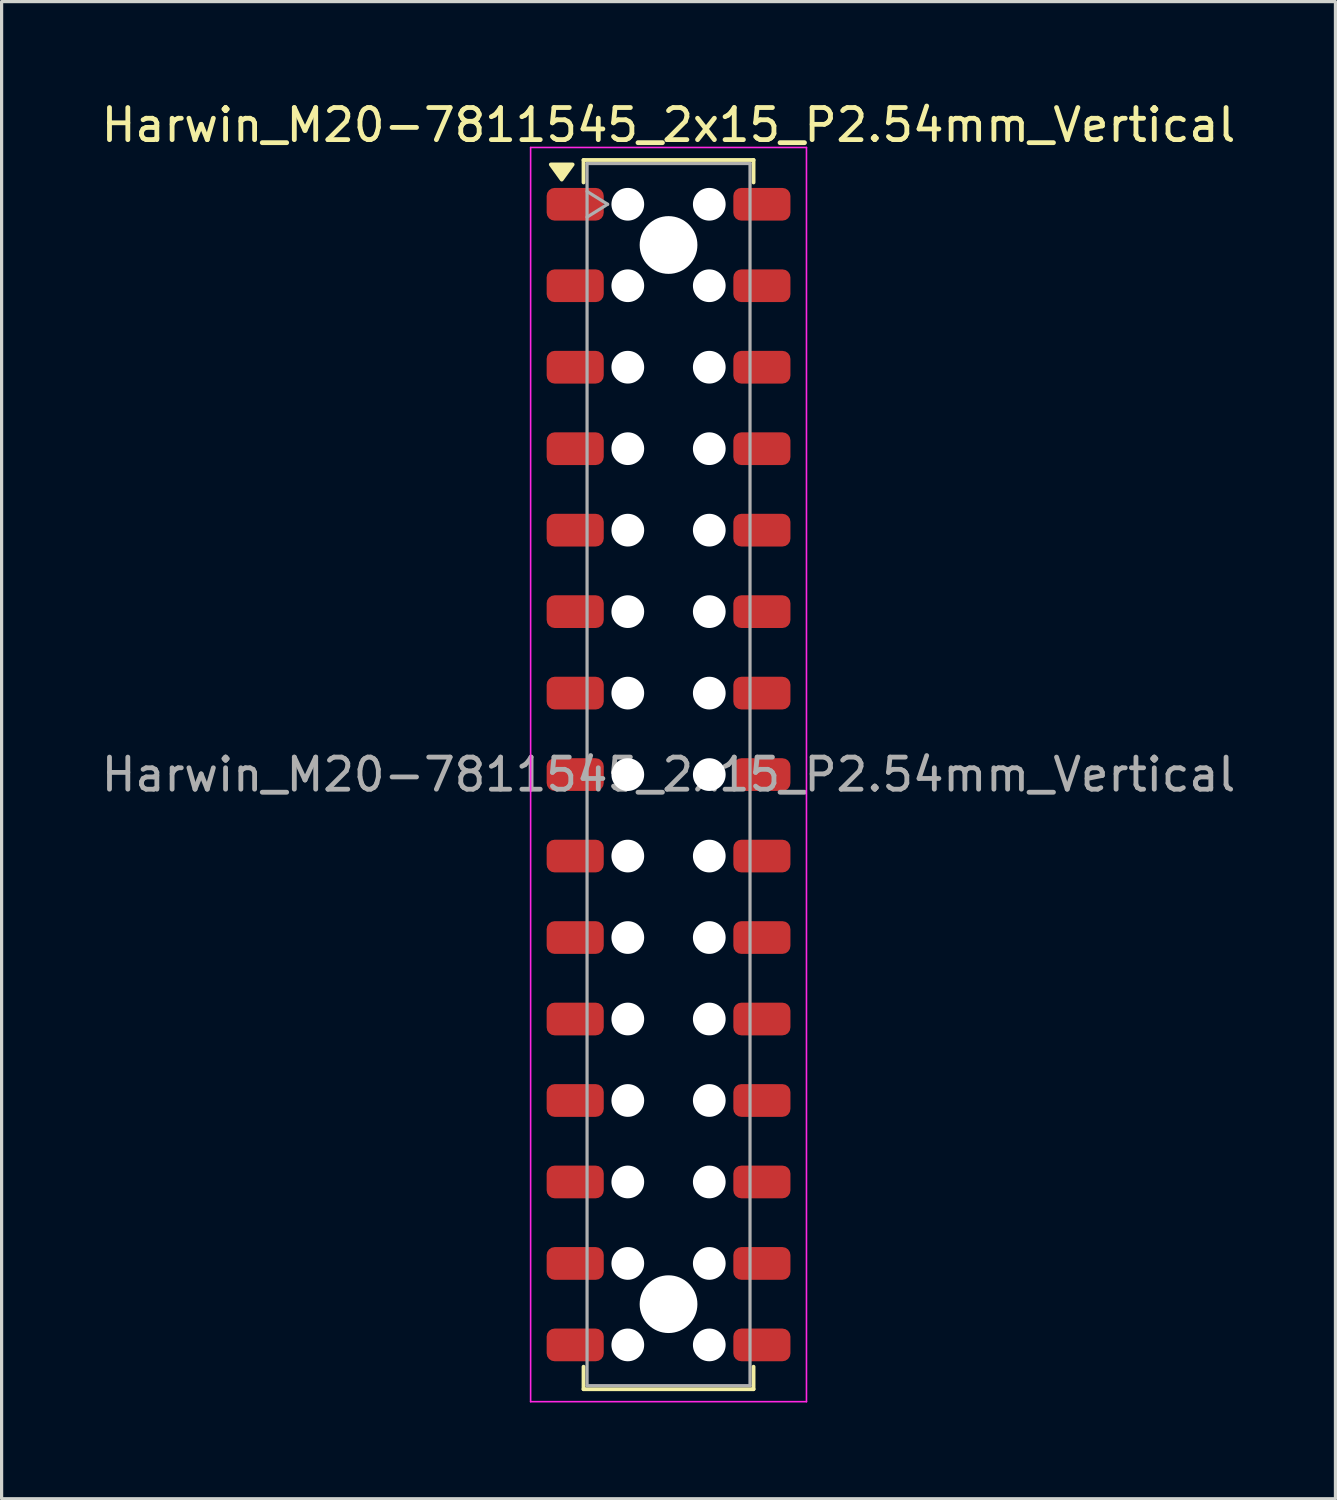
<source format=kicad_pcb>
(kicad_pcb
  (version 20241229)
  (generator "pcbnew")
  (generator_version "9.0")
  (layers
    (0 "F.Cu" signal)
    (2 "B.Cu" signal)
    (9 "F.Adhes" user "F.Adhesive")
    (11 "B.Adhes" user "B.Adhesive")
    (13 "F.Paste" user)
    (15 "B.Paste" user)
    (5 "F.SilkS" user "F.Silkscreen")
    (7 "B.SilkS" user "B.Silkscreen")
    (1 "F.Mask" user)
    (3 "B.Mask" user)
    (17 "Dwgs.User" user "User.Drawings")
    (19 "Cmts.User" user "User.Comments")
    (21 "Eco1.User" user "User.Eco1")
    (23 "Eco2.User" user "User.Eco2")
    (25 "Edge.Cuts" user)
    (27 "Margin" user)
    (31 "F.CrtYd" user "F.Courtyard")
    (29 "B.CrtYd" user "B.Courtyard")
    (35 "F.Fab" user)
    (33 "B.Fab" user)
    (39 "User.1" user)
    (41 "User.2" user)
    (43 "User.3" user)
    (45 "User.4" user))
  (footprint "Harwin_M20-7811545_2x15_P2.54mm_Vertical"
    (layer "F.Cu")
    (at 17.792 21.098)
    (property "Reference" "Harwin_M20-7811545_2x15_P2.54mm_Vertical" (at 0 -20.25 0) (layer "F.SilkS") (effects (font (size 1 1) (thickness 0.15))))
    (attr smd)
    (fp_line (start -2.65 -19.16) (end 2.65 -19.16) (stroke (width 0.12) (type solid)) (layer "F.SilkS"))
    (fp_line (start -2.65 -18.46) (end -2.65 -19.16) (stroke (width 0.12) (type solid)) (layer "F.SilkS"))
    (fp_line (start -2.65 18.46) (end -2.65 19.16) (stroke (width 0.12) (type solid)) (layer "F.SilkS"))
    (fp_line (start -2.65 19.16) (end 2.65 19.16) (stroke (width 0.12) (type solid)) (layer "F.SilkS"))
    (fp_line (start 2.65 -19.16) (end 2.65 -18.46) (stroke (width 0.12) (type solid)) (layer "F.SilkS"))
    (fp_line (start 2.65 19.16) (end 2.65 18.46) (stroke (width 0.12) (type solid)) (layer "F.SilkS"))
    (fp_poly (pts (xy -3.33 -18.55) (xy -3.67 -19.02) (xy -2.99 -19.02)) (stroke (width 0.12) (type solid)) (fill yes) (layer "F.SilkS"))
    (fp_line (start -4.3 -19.55) (end 4.3 -19.55) (stroke (width 0.05) (type solid)) (layer "F.CrtYd"))
    (fp_line (start -4.3 19.55) (end -4.3 -19.55) (stroke (width 0.05) (type solid)) (layer "F.CrtYd"))
    (fp_line (start 4.3 -19.55) (end 4.3 19.55) (stroke (width 0.05) (type solid)) (layer "F.CrtYd"))
    (fp_line (start 4.3 19.55) (end -4.3 19.55) (stroke (width 0.05) (type solid)) (layer "F.CrtYd"))
    (fp_line (start -2.54 -19.05) (end 2.54 -19.05) (stroke (width 0.1) (type solid)) (layer "F.Fab"))
    (fp_line (start -2.54 -18.18) (end -1.9 -17.78) (stroke (width 0.1) (type solid)) (layer "F.Fab"))
    (fp_line (start -2.54 19.05) (end -2.54 -19.05) (stroke (width 0.1) (type solid)) (layer "F.Fab"))
    (fp_line (start -1.9 -17.78) (end -2.54 -17.38) (stroke (width 0.1) (type solid)) (layer "F.Fab"))
    (fp_line (start 2.54 -19.05) (end 2.54 19.05) (stroke (width 0.1) (type solid)) (layer "F.Fab"))
    (fp_line (start 2.54 19.05) (end -2.54 19.05) (stroke (width 0.1) (type solid)) (layer "F.Fab"))
    (fp_text user "${REFERENCE}" (at 0 0 0) (layer "F.Fab") (effects (font (size 1 1) (thickness 0.15))))
    (pad "" np_thru_hole circle (at -1.27 -17.78) (size 1.02 1.02) (drill 1.02) (layers "*.Cu" "*.Mask"))
    (pad "" np_thru_hole circle (at -1.27 -15.24) (size 1.02 1.02) (drill 1.02) (layers "*.Cu" "*.Mask"))
    (pad "" np_thru_hole circle (at -1.27 -12.7) (size 1.02 1.02) (drill 1.02) (layers "*.Cu" "*.Mask"))
    (pad "" np_thru_hole circle (at -1.27 -10.16) (size 1.02 1.02) (drill 1.02) (layers "*.Cu" "*.Mask"))
    (pad "" np_thru_hole circle (at -1.27 -7.62) (size 1.02 1.02) (drill 1.02) (layers "*.Cu" "*.Mask"))
    (pad "" np_thru_hole circle (at -1.27 -5.08) (size 1.02 1.02) (drill 1.02) (layers "*.Cu" "*.Mask"))
    (pad "" np_thru_hole circle (at -1.27 -2.54) (size 1.02 1.02) (drill 1.02) (layers "*.Cu" "*.Mask"))
    (pad "" np_thru_hole circle (at -1.27 0) (size 1.02 1.02) (drill 1.02) (layers "*.Cu" "*.Mask"))
    (pad "" np_thru_hole circle (at -1.27 2.54) (size 1.02 1.02) (drill 1.02) (layers "*.Cu" "*.Mask"))
    (pad "" np_thru_hole circle (at -1.27 5.08) (size 1.02 1.02) (drill 1.02) (layers "*.Cu" "*.Mask"))
    (pad "" np_thru_hole circle (at -1.27 7.62) (size 1.02 1.02) (drill 1.02) (layers "*.Cu" "*.Mask"))
    (pad "" np_thru_hole circle (at -1.27 10.16) (size 1.02 1.02) (drill 1.02) (layers "*.Cu" "*.Mask"))
    (pad "" np_thru_hole circle (at -1.27 12.7) (size 1.02 1.02) (drill 1.02) (layers "*.Cu" "*.Mask"))
    (pad "" np_thru_hole circle (at -1.27 15.24) (size 1.02 1.02) (drill 1.02) (layers "*.Cu" "*.Mask"))
    (pad "" np_thru_hole circle (at -1.27 17.78) (size 1.02 1.02) (drill 1.02) (layers "*.Cu" "*.Mask"))
    (pad "" np_thru_hole circle (at 0 -16.51) (size 1.8 1.8) (drill 1.8) (layers "*.Cu" "*.Mask"))
    (pad "" np_thru_hole circle (at 0 16.51) (size 1.8 1.8) (drill 1.8) (layers "*.Cu" "*.Mask"))
    (pad "" np_thru_hole circle (at 1.27 -17.78) (size 1.02 1.02) (drill 1.02) (layers "*.Cu" "*.Mask"))
    (pad "" np_thru_hole circle (at 1.27 -15.24) (size 1.02 1.02) (drill 1.02) (layers "*.Cu" "*.Mask"))
    (pad "" np_thru_hole circle (at 1.27 -12.7) (size 1.02 1.02) (drill 1.02) (layers "*.Cu" "*.Mask"))
    (pad "" np_thru_hole circle (at 1.27 -10.16) (size 1.02 1.02) (drill 1.02) (layers "*.Cu" "*.Mask"))
    (pad "" np_thru_hole circle (at 1.27 -7.62) (size 1.02 1.02) (drill 1.02) (layers "*.Cu" "*.Mask"))
    (pad "" np_thru_hole circle (at 1.27 -5.08) (size 1.02 1.02) (drill 1.02) (layers "*.Cu" "*.Mask"))
    (pad "" np_thru_hole circle (at 1.27 -2.54) (size 1.02 1.02) (drill 1.02) (layers "*.Cu" "*.Mask"))
    (pad "" np_thru_hole circle (at 1.27 0) (size 1.02 1.02) (drill 1.02) (layers "*.Cu" "*.Mask"))
    (pad "" np_thru_hole circle (at 1.27 2.54) (size 1.02 1.02) (drill 1.02) (layers "*.Cu" "*.Mask"))
    (pad "" np_thru_hole circle (at 1.27 5.08) (size 1.02 1.02) (drill 1.02) (layers "*.Cu" "*.Mask"))
    (pad "" np_thru_hole circle (at 1.27 7.62) (size 1.02 1.02) (drill 1.02) (layers "*.Cu" "*.Mask"))
    (pad "" np_thru_hole circle (at 1.27 10.16) (size 1.02 1.02) (drill 1.02) (layers "*.Cu" "*.Mask"))
    (pad "" np_thru_hole circle (at 1.27 12.7) (size 1.02 1.02) (drill 1.02) (layers "*.Cu" "*.Mask"))
    (pad "" np_thru_hole circle (at 1.27 15.24) (size 1.02 1.02) (drill 1.02) (layers "*.Cu" "*.Mask"))
    (pad "" np_thru_hole circle (at 1.27 17.78) (size 1.02 1.02) (drill 1.02) (layers "*.Cu" "*.Mask"))
    (pad "1" smd roundrect (at -2.91 -17.78) (size 1.78 1.02) (layers "F.Cu" "F.Mask" "F.Paste") (roundrect_rratio 0.245))
    (pad "2" smd roundrect (at -2.91 -15.24) (size 1.78 1.02) (layers "F.Cu" "F.Mask" "F.Paste") (roundrect_rratio 0.245))
    (pad "3" smd roundrect (at -2.91 -12.7) (size 1.78 1.02) (layers "F.Cu" "F.Mask" "F.Paste") (roundrect_rratio 0.245))
    (pad "4" smd roundrect (at -2.91 -10.16) (size 1.78 1.02) (layers "F.Cu" "F.Mask" "F.Paste") (roundrect_rratio 0.245))
    (pad "5" smd roundrect (at -2.91 -7.62) (size 1.78 1.02) (layers "F.Cu" "F.Mask" "F.Paste") (roundrect_rratio 0.245))
    (pad "6" smd roundrect (at -2.91 -5.08) (size 1.78 1.02) (layers "F.Cu" "F.Mask" "F.Paste") (roundrect_rratio 0.245))
    (pad "7" smd roundrect (at -2.91 -2.54) (size 1.78 1.02) (layers "F.Cu" "F.Mask" "F.Paste") (roundrect_rratio 0.245))
    (pad "8" smd roundrect (at -2.91 0) (size 1.78 1.02) (layers "F.Cu" "F.Mask" "F.Paste") (roundrect_rratio 0.245))
    (pad "9" smd roundrect (at -2.91 2.54) (size 1.78 1.02) (layers "F.Cu" "F.Mask" "F.Paste") (roundrect_rratio 0.245))
    (pad "10" smd roundrect (at -2.91 5.08) (size 1.78 1.02) (layers "F.Cu" "F.Mask" "F.Paste") (roundrect_rratio 0.245))
    (pad "11" smd roundrect (at -2.91 7.62) (size 1.78 1.02) (layers "F.Cu" "F.Mask" "F.Paste") (roundrect_rratio 0.245))
    (pad "12" smd roundrect (at -2.91 10.16) (size 1.78 1.02) (layers "F.Cu" "F.Mask" "F.Paste") (roundrect_rratio 0.245))
    (pad "13" smd roundrect (at -2.91 12.7) (size 1.78 1.02) (layers "F.Cu" "F.Mask" "F.Paste") (roundrect_rratio 0.245))
    (pad "14" smd roundrect (at -2.91 15.24) (size 1.78 1.02) (layers "F.Cu" "F.Mask" "F.Paste") (roundrect_rratio 0.245))
    (pad "15" smd roundrect (at -2.91 17.78) (size 1.78 1.02) (layers "F.Cu" "F.Mask" "F.Paste") (roundrect_rratio 0.245))
    (pad "16" smd roundrect (at 2.91 -17.78) (size 1.78 1.02) (layers "F.Cu" "F.Mask" "F.Paste") (roundrect_rratio 0.245))
    (pad "17" smd roundrect (at 2.91 -15.24) (size 1.78 1.02) (layers "F.Cu" "F.Mask" "F.Paste") (roundrect_rratio 0.245))
    (pad "18" smd roundrect (at 2.91 -12.7) (size 1.78 1.02) (layers "F.Cu" "F.Mask" "F.Paste") (roundrect_rratio 0.245))
    (pad "19" smd roundrect (at 2.91 -10.16) (size 1.78 1.02) (layers "F.Cu" "F.Mask" "F.Paste") (roundrect_rratio 0.245))
    (pad "20" smd roundrect (at 2.91 -7.62) (size 1.78 1.02) (layers "F.Cu" "F.Mask" "F.Paste") (roundrect_rratio 0.245))
    (pad "21" smd roundrect (at 2.91 -5.08) (size 1.78 1.02) (layers "F.Cu" "F.Mask" "F.Paste") (roundrect_rratio 0.245))
    (pad "22" smd roundrect (at 2.91 -2.54) (size 1.78 1.02) (layers "F.Cu" "F.Mask" "F.Paste") (roundrect_rratio 0.245))
    (pad "23" smd roundrect (at 2.91 0) (size 1.78 1.02) (layers "F.Cu" "F.Mask" "F.Paste") (roundrect_rratio 0.245))
    (pad "24" smd roundrect (at 2.91 2.54) (size 1.78 1.02) (layers "F.Cu" "F.Mask" "F.Paste") (roundrect_rratio 0.245))
    (pad "25" smd roundrect (at 2.91 5.08) (size 1.78 1.02) (layers "F.Cu" "F.Mask" "F.Paste") (roundrect_rratio 0.245))
    (pad "26" smd roundrect (at 2.91 7.62) (size 1.78 1.02) (layers "F.Cu" "F.Mask" "F.Paste") (roundrect_rratio 0.245))
    (pad "27" smd roundrect (at 2.91 10.16) (size 1.78 1.02) (layers "F.Cu" "F.Mask" "F.Paste") (roundrect_rratio 0.245))
    (pad "28" smd roundrect (at 2.91 12.7) (size 1.78 1.02) (layers "F.Cu" "F.Mask" "F.Paste") (roundrect_rratio 0.245))
    (pad "29" smd roundrect (at 2.91 15.24) (size 1.78 1.02) (layers "F.Cu" "F.Mask" "F.Paste") (roundrect_rratio 0.245))
    (pad "30" smd roundrect (at 2.91 17.78) (size 1.78 1.02) (layers "F.Cu" "F.Mask" "F.Paste") (roundrect_rratio 0.245)))
  (gr_rect
    (start -3 -3)
    (end 38.583 43.673)
    (stroke (width 0.1) (type default))
    (fill no)
    (layer "Edge.Cuts")))
</source>
